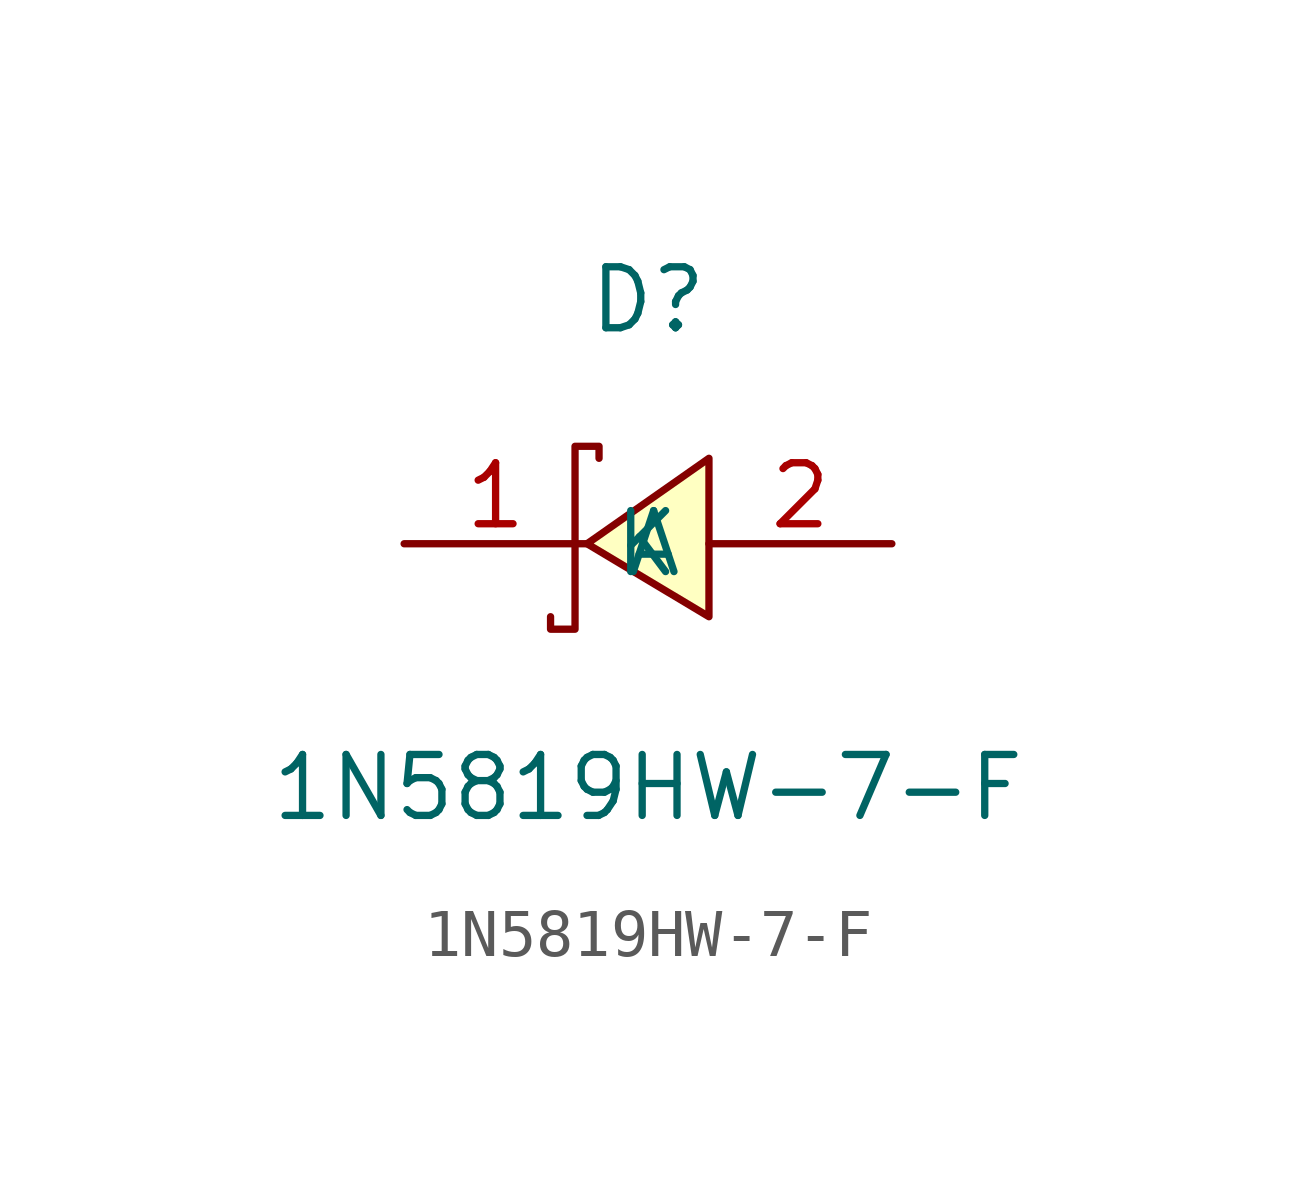
<source format=kicad_sym>
(kicad_symbol_lib
  (version 20211014)
  (generator https://github.com/uPesy/easyeda2kicad.py)
  (symbol "1N5819HW-7-F"
    (property "Reference" "D"
      (at 0 5.08 0)
      (effects (font (size 1.27 1.27))))
    (property "Value" "1N5819HW-7-F"
      (at 0 -5.08 0)
      (effects (font (size 1.27 1.27))))
    (symbol "1N5819HW-7-F_0_1"
      (polyline (pts (xy 1.27 -1.52) (xy -1.27 -0.00) (xy 1.27 1.78) (xy 1.27 -1.52)) (stroke (width 0) (type default) (color 0 0 0 0)) (fill (type background)))
      (polyline (pts (xy -2.03 -1.52) (xy -2.03 -1.78) (xy -1.52 -1.78) (xy -1.52 2.03) (xy -1.02 2.03) (xy -1.02 1.78)) (stroke (width 0) (type default) (color 0 0 0 0)) (fill (type none)))
      (pin unspecified line (at 5.08 -0.00 180) (length 3.81) (name "A" (effects (font (size 1.27 1.27)))) (number "2" (effects (font (size 1.27 1.27)))))
      (pin unspecified line (at -5.08 -0.00 0) (length 3.81) (name "K" (effects (font (size 1.27 1.27)))) (number "1" (effects (font (size 1.27 1.27))))))))
</source>
